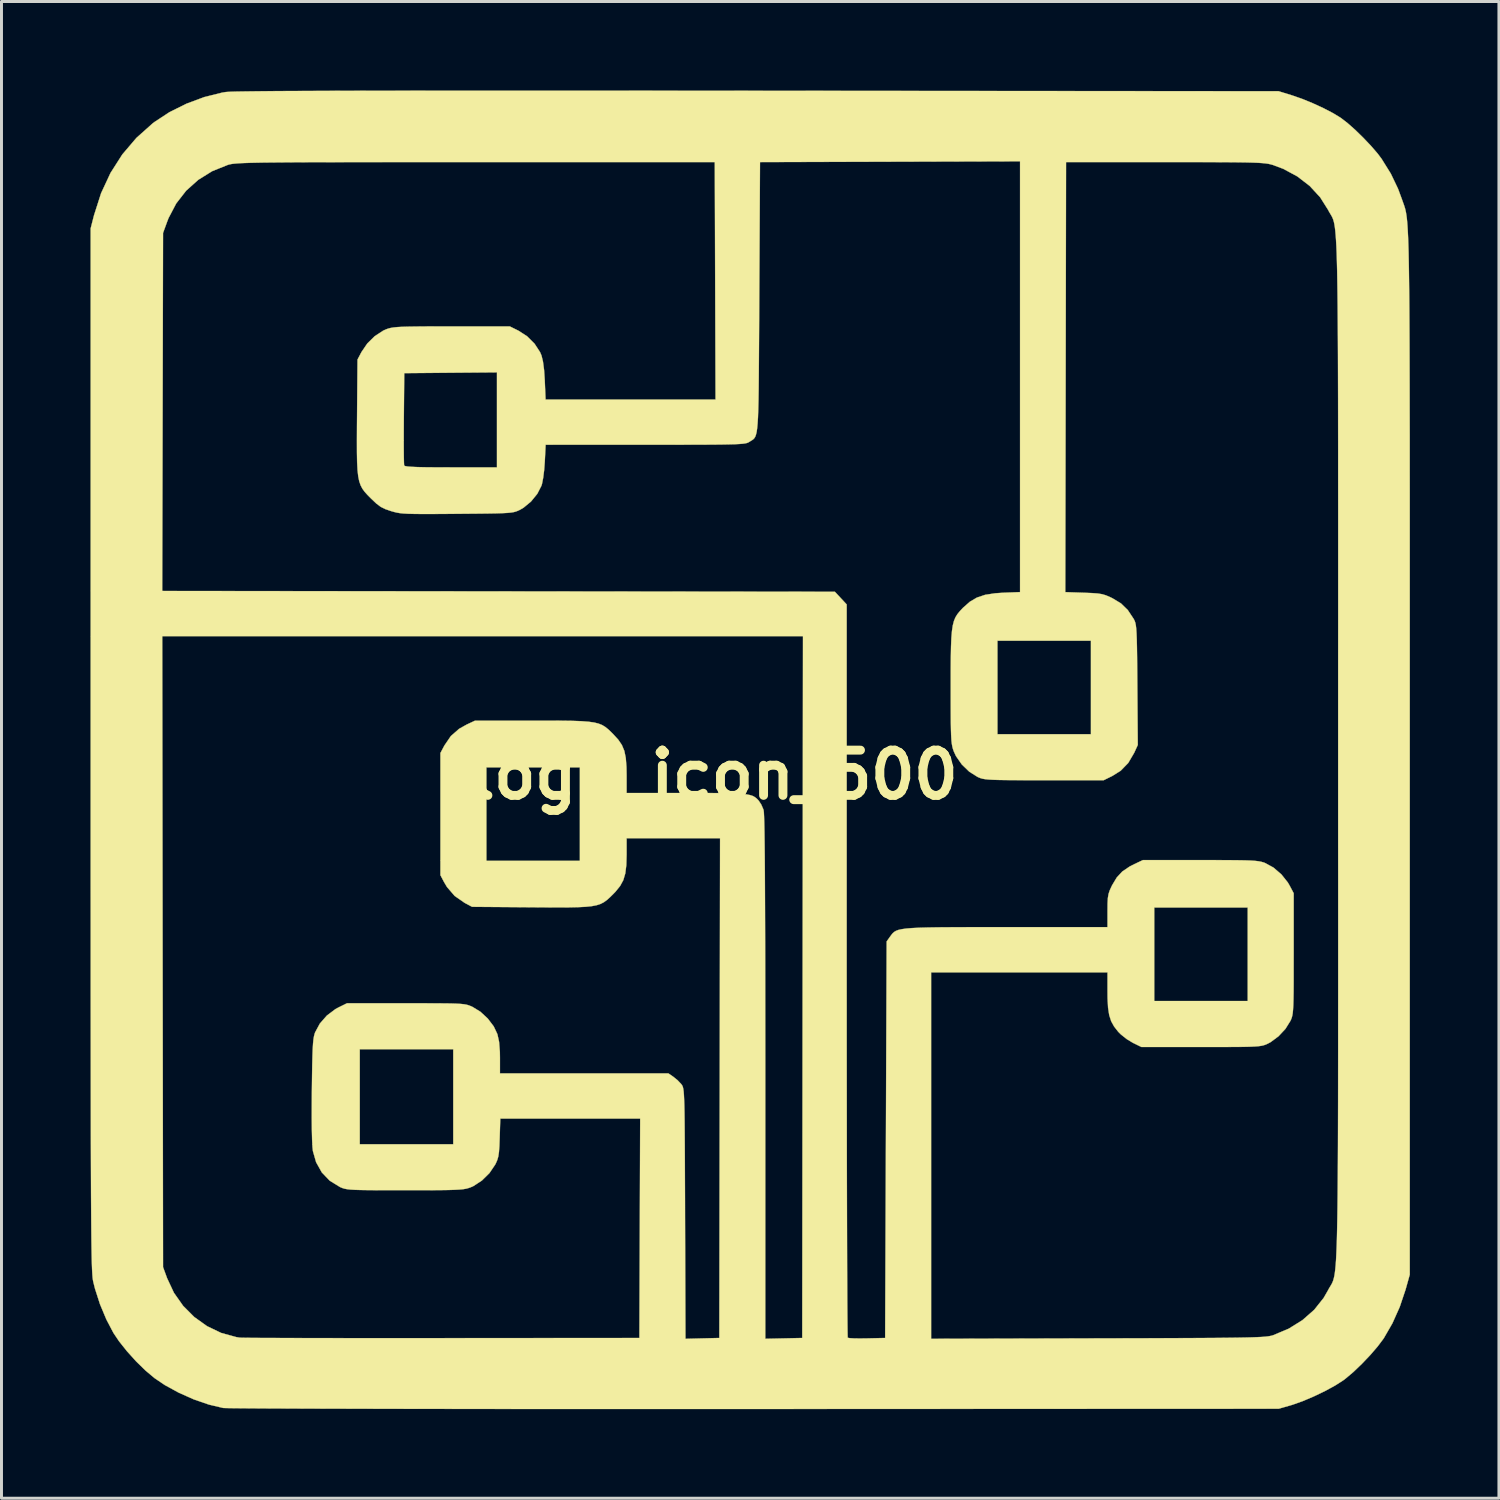
<source format=kicad_pcb>
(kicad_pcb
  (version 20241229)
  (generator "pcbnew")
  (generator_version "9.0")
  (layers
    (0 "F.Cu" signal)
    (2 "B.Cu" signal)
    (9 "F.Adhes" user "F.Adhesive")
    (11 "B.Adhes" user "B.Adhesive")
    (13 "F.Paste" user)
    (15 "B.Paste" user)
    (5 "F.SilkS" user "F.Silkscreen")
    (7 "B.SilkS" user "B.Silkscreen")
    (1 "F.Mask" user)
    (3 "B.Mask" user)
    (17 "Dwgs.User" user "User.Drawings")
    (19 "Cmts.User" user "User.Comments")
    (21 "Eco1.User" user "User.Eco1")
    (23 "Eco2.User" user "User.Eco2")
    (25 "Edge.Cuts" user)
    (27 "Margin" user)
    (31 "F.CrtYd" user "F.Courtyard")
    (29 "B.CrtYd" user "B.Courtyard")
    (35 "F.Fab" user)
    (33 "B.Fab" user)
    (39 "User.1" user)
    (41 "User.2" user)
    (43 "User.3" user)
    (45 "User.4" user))
  (footprint "logo_icon_500"
    (layer "F.Cu")
    (at 21.011 23.062)
    (property "Reference" "logo_icon_500" (at 0 0 0) (layer "F.SilkS") (effects (font (size 1.524 1.524) (thickness 0.3))))
    (attr through_hole)
    (fp_poly (pts (xy -5.383 -23.057) (xy -4.022 -23.057) (xy -2.566 -23.056) (xy -1.015 -23.055) (xy 0.634 -23.054) (xy 1.473 -23.053) (xy 19.025 -23.038) (xy 19.482 -22.897) (xy 19.818 -22.78) (xy 20.181 -22.631) (xy 20.539 -22.466) (xy 20.863 -22.297) (xy 21.119 -22.141) (xy 21.121 -22.139) (xy 21.347 -21.965) (xy 21.609 -21.733) (xy 21.881 -21.467) (xy 22.141 -21.193) (xy 22.364 -20.934) (xy 22.494 -20.761) (xy 22.806 -20.26) (xy 23.048 -19.754) (xy 23.18 -19.397) (xy 23.204 -19.329) (xy 23.226 -19.267) (xy 23.247 -19.209) (xy 23.266 -19.152) (xy 23.285 -19.091) (xy 23.301 -19.025) (xy 23.317 -18.949) (xy 23.331 -18.861) (xy 23.345 -18.757) (xy 23.357 -18.634) (xy 23.368 -18.489) (xy 23.378 -18.318) (xy 23.388 -18.118) (xy 23.396 -17.887) (xy 23.404 -17.62) (xy 23.41 -17.315) (xy 23.416 -16.968) (xy 23.421 -16.576) (xy 23.426 -16.136) (xy 23.43 -15.644) (xy 23.433 -15.098) (xy 23.436 -14.494) (xy 23.438 -13.829) (xy 23.44 -13.099) (xy 23.441 -12.302) (xy 23.443 -11.434) (xy 23.443 -10.491) (xy 23.444 -9.472) (xy 23.444 -8.372) (xy 23.444 -7.188) (xy 23.444 -5.917) (xy 23.444 -4.555) (xy 23.444 -3.1) (xy 23.444 -1.549) (xy 23.444 -0.762) (xy 23.444 16.84) (xy 23.302 17.346) (xy 23.107 17.926) (xy 22.859 18.48) (xy 22.574 18.974) (xy 22.553 19.005) (xy 22.36 19.262) (xy 22.112 19.55) (xy 21.833 19.843) (xy 21.551 20.114) (xy 21.289 20.336) (xy 21.202 20.402) (xy 20.928 20.577) (xy 20.589 20.762) (xy 20.216 20.941) (xy 19.843 21.1) (xy 19.503 21.221) (xy 19.431 21.243) (xy 19.025 21.359) (xy 1.372 21.367) (xy 0.036 21.368) (xy -1.275 21.368) (xy -2.557 21.368) (xy -3.808 21.368) (xy -5.021 21.367) (xy -6.196 21.367) (xy -7.326 21.366) (xy -8.41 21.365) (xy -9.443 21.363) (xy -10.421 21.362) (xy -11.34 21.36) (xy -12.198 21.358) (xy -12.99 21.356) (xy -13.712 21.354) (xy -14.361 21.351) (xy -14.933 21.349) (xy -15.424 21.346) (xy -15.831 21.343) (xy -16.15 21.34) (xy -16.377 21.337) (xy -16.509 21.334) (xy -16.541 21.332) (xy -17.02 21.219) (xy -17.531 21.043) (xy -18.039 20.817) (xy -18.512 20.558) (xy -18.857 20.324) (xy -19.16 20.069) (xy -19.477 19.759) (xy -19.782 19.421) (xy -20.05 19.084) (xy -20.238 18.804) (xy -20.478 18.347) (xy -20.692 17.835) (xy -20.86 17.313) (xy -20.918 17.081) (xy -20.926 17.041) (xy -20.934 16.993) (xy -20.941 16.933) (xy -20.947 16.858) (xy -20.953 16.766) (xy -20.959 16.652) (xy -20.964 16.514) (xy -20.969 16.348) (xy -20.973 16.151) (xy -20.977 15.921) (xy -20.981 15.653) (xy -20.984 15.344) (xy -20.987 14.992) (xy -20.99 14.593) (xy -20.993 14.144) (xy -20.995 13.642) (xy -20.997 13.083) (xy -20.999 12.464) (xy -21 11.783) (xy -21.001 11.035) (xy -21.002 10.218) (xy -21.003 9.328) (xy -21.004 8.363) (xy -21.005 7.318) (xy -21.005 6.192) (xy -21.005 4.98) (xy -21.006 3.679) (xy -21.006 2.287) (xy -21.006 0.8) (xy -21.006 -0.786) (xy -21.006 -4.674) (xy -18.594 -4.674) (xy -18.581 5.956) (xy -18.567 16.586) (xy -18.43 16.961) (xy -18.2 17.452) (xy -17.891 17.891) (xy -17.515 18.268) (xy -17.084 18.576) (xy -16.607 18.805) (xy -16.097 18.945) (xy -15.977 18.964) (xy -15.908 18.966) (xy -15.744 18.969) (xy -15.49 18.971) (xy -15.153 18.973) (xy -14.739 18.974) (xy -14.255 18.976) (xy -13.705 18.977) (xy -13.096 18.978) (xy -12.435 18.979) (xy -11.728 18.979) (xy -10.98 18.98) (xy -10.198 18.98) (xy -9.388 18.979) (xy -9.169 18.979) (xy -2.515 18.974) (xy -2.502 15.278) (xy -2.489 11.582) (xy -7.203 11.582) (xy -7.223 12.23) (xy -7.233 12.509) (xy -7.248 12.71) (xy -7.27 12.858) (xy -7.304 12.977) (xy -7.354 13.092) (xy -7.376 13.134) (xy -7.568 13.418) (xy -7.821 13.667) (xy -8.103 13.852) (xy -8.207 13.899) (xy -8.278 13.923) (xy -8.356 13.944) (xy -8.452 13.96) (xy -8.576 13.972) (xy -8.74 13.981) (xy -8.953 13.988) (xy -9.228 13.992) (xy -9.574 13.994) (xy -10.002 13.995) (xy -10.414 13.995) (xy -10.912 13.995) (xy -11.32 13.994) (xy -11.647 13.992) (xy -11.904 13.988) (xy -12.103 13.982) (xy -12.253 13.973) (xy -12.365 13.96) (xy -12.45 13.944) (xy -12.519 13.923) (xy -12.581 13.897) (xy -12.605 13.887) (xy -12.948 13.676) (xy -13.216 13.397) (xy -13.409 13.052) (xy -13.517 12.675) (xy -13.532 12.532) (xy -13.544 12.295) (xy -13.552 11.971) (xy -13.556 11.568) (xy -13.555 11.094) (xy -13.552 10.65) (xy -13.546 10.172) (xy -13.54 9.785) (xy -13.532 9.476) (xy -13.524 9.246) (xy -11.938 9.246) (xy -11.938 12.446) (xy -8.788 12.446) (xy -8.788 9.246) (xy -11.938 9.246) (xy -13.524 9.246) (xy -13.523 9.235) (xy -13.512 9.05) (xy -13.498 8.91) (xy -13.48 8.804) (xy -13.458 8.72) (xy -13.443 8.677) (xy -13.283 8.38) (xy -13.047 8.11) (xy -12.761 7.894) (xy -12.66 7.839) (xy -12.37 7.696) (xy -10.389 7.696) (xy -9.888 7.696) (xy -9.478 7.697) (xy -9.149 7.699) (xy -8.889 7.702) (xy -8.689 7.708) (xy -8.536 7.717) (xy -8.421 7.729) (xy -8.333 7.745) (xy -8.262 7.766) (xy -8.196 7.792) (xy -8.14 7.817) (xy -7.872 7.981) (xy -7.624 8.211) (xy -7.423 8.476) (xy -7.3 8.737) (xy -7.244 8.993) (xy -7.217 9.334) (xy -7.214 9.531) (xy -7.214 10.058) (xy -1.539 10.058) (xy -1.371 10.173) (xy -1.228 10.289) (xy -1.106 10.419) (xy -1.097 10.43) (xy -1.078 10.457) (xy -1.061 10.488) (xy -1.047 10.53) (xy -1.035 10.588) (xy -1.024 10.671) (xy -1.015 10.784) (xy -1.008 10.935) (xy -1.001 11.129) (xy -0.996 11.373) (xy -0.992 11.675) (xy -0.989 12.041) (xy -0.986 12.477) (xy -0.983 12.991) (xy -0.981 13.588) (xy -0.978 14.276) (xy -0.977 14.788) (xy -0.963 19.003) (xy -0.393 18.988) (xy 0.178 18.974) (xy 0.191 10.554) (xy 0.203 2.134) (xy -2.946 2.134) (xy -2.946 2.683) (xy -2.956 3.039) (xy -2.99 3.318) (xy -3.057 3.545) (xy -3.164 3.742) (xy -3.32 3.935) (xy -3.4 4.018) (xy -3.51 4.126) (xy -3.609 4.215) (xy -3.709 4.288) (xy -3.82 4.346) (xy -3.952 4.39) (xy -4.115 4.422) (xy -4.321 4.444) (xy -4.579 4.457) (xy -4.9 4.464) (xy -5.294 4.465) (xy -5.772 4.463) (xy -6.179 4.46) (xy -8.153 4.445) (xy -8.407 4.31) (xy -8.739 4.079) (xy -9 3.776) (xy -9.1 3.607) (xy -9.22 3.378) (xy -9.22 -0.254) (xy -7.671 -0.254) (xy -7.671 2.896) (xy -4.521 2.896) (xy -4.521 -0.254) (xy -7.671 -0.254) (xy -9.22 -0.254) (xy -9.22 -0.737) (xy -9.085 -0.991) (xy -8.869 -1.308) (xy -8.591 -1.552) (xy -8.331 -1.698) (xy -8.052 -1.828) (xy -6.118 -1.828) (xy -5.579 -1.828) (xy -5.132 -1.826) (xy -4.765 -1.821) (xy -4.469 -1.81) (xy -4.231 -1.792) (xy -4.043 -1.766) (xy -3.893 -1.729) (xy -3.77 -1.68) (xy -3.665 -1.616) (xy -3.567 -1.537) (xy -3.465 -1.44) (xy -3.4 -1.375) (xy -3.228 -1.188) (xy -3.105 -1.006) (xy -3.022 -0.807) (xy -2.974 -0.57) (xy -2.951 -0.271) (xy -2.946 0.009) (xy -2.946 0.61) (xy -0.938 0.61) (xy -0.406 0.61) (xy 0.034 0.612) (xy 0.393 0.616) (xy 0.68 0.623) (xy 0.904 0.636) (xy 1.076 0.653) (xy 1.206 0.678) (xy 1.304 0.71) (xy 1.379 0.751) (xy 1.441 0.801) (xy 1.5 0.863) (xy 1.506 0.87) (xy 1.592 1) (xy 1.663 1.165) (xy 1.671 1.194) (xy 1.679 1.26) (xy 1.686 1.401) (xy 1.693 1.619) (xy 1.699 1.916) (xy 1.704 2.293) (xy 1.709 2.753) (xy 1.713 3.297) (xy 1.716 3.929) (xy 1.719 4.649) (xy 1.722 5.46) (xy 1.724 6.363) (xy 1.725 7.361) (xy 1.726 8.456) (xy 1.727 9.65) (xy 1.727 10.2) (xy 1.727 19.002) (xy 2.349 18.988) (xy 2.972 18.974) (xy 2.997 -4.674) (xy -18.594 -4.674) (xy -21.006 -4.674) (xy -21.006 -6.198) (xy -18.595 -6.198) (xy 4.071 -6.172) (xy 4.271 -5.958) (xy 4.47 -5.744) (xy 4.47 6.594) (xy 4.471 7.706) (xy 4.471 8.792) (xy 4.472 9.847) (xy 4.473 10.867) (xy 4.474 11.847) (xy 4.475 12.782) (xy 4.477 13.669) (xy 4.479 14.503) (xy 4.481 15.28) (xy 4.483 15.995) (xy 4.485 16.643) (xy 4.488 17.222) (xy 4.49 17.725) (xy 4.493 18.149) (xy 4.496 18.49) (xy 4.499 18.742) (xy 4.502 18.903) (xy 4.505 18.966) (xy 4.506 18.967) (xy 4.568 18.979) (xy 4.71 18.988) (xy 4.911 18.991) (xy 5.151 18.988) (xy 5.153 18.988) (xy 5.766 18.974) (xy 5.817 5.613) (xy 5.93 5.454) (xy 5.974 5.393) (xy 6.017 5.34) (xy 6.067 5.294) (xy 6.13 5.256) (xy 6.214 5.224) (xy 6.327 5.199) (xy 6.475 5.178) (xy 6.666 5.162) (xy 6.907 5.15) (xy 7.206 5.142) (xy 7.569 5.136) (xy 8.005 5.133) (xy 8.519 5.131) (xy 9.121 5.131) (xy 9.816 5.131) (xy 9.856 5.131) (xy 13.259 5.131) (xy 13.259 4.58) (xy 13.26 4.47) (xy 14.834 4.47) (xy 14.834 7.62) (xy 17.983 7.62) (xy 17.983 4.47) (xy 14.834 4.47) (xy 13.26 4.47) (xy 13.261 4.329) (xy 13.271 4.149) (xy 13.294 4.012) (xy 13.335 3.888) (xy 13.4 3.747) (xy 13.414 3.719) (xy 13.571 3.457) (xy 13.758 3.255) (xy 14.004 3.088) (xy 14.173 3.002) (xy 14.453 2.87) (xy 16.383 2.87) (xy 16.882 2.871) (xy 17.29 2.872) (xy 17.618 2.875) (xy 17.877 2.879) (xy 18.077 2.886) (xy 18.23 2.896) (xy 18.347 2.91) (xy 18.437 2.927) (xy 18.513 2.948) (xy 18.564 2.967) (xy 18.85 3.122) (xy 19.117 3.351) (xy 19.336 3.626) (xy 19.397 3.732) (xy 19.533 3.988) (xy 19.533 6.02) (xy 19.532 6.528) (xy 19.532 6.946) (xy 19.53 7.283) (xy 19.526 7.549) (xy 19.52 7.755) (xy 19.511 7.912) (xy 19.5 8.029) (xy 19.484 8.118) (xy 19.465 8.188) (xy 19.441 8.25) (xy 19.423 8.288) (xy 19.255 8.558) (xy 19.02 8.809) (xy 18.754 9.006) (xy 18.651 9.06) (xy 18.589 9.088) (xy 18.524 9.11) (xy 18.448 9.128) (xy 18.348 9.142) (xy 18.216 9.152) (xy 18.04 9.16) (xy 17.809 9.165) (xy 17.514 9.167) (xy 17.144 9.169) (xy 16.689 9.169) (xy 16.408 9.169) (xy 14.402 9.169) (xy 14.112 9.027) (xy 13.906 8.902) (xy 13.708 8.744) (xy 13.62 8.656) (xy 13.482 8.48) (xy 13.383 8.301) (xy 13.317 8.097) (xy 13.278 7.847) (xy 13.261 7.529) (xy 13.259 7.306) (xy 13.259 6.655) (xy 7.315 6.655) (xy 7.315 19.002) (xy 12.941 18.987) (xy 13.821 18.985) (xy 14.604 18.983) (xy 15.298 18.98) (xy 15.908 18.978) (xy 16.439 18.975) (xy 16.898 18.972) (xy 17.291 18.968) (xy 17.623 18.964) (xy 17.9 18.959) (xy 18.128 18.953) (xy 18.312 18.946) (xy 18.46 18.939) (xy 18.576 18.93) (xy 18.666 18.92) (xy 18.737 18.908) (xy 18.793 18.896) (xy 18.842 18.881) (xy 18.847 18.879) (xy 19.365 18.661) (xy 19.828 18.373) (xy 20.224 18.025) (xy 20.542 17.625) (xy 20.688 17.371) (xy 20.719 17.313) (xy 20.748 17.263) (xy 20.776 17.218) (xy 20.801 17.175) (xy 20.825 17.131) (xy 20.847 17.082) (xy 20.867 17.026) (xy 20.886 16.958) (xy 20.904 16.877) (xy 20.92 16.778) (xy 20.934 16.659) (xy 20.948 16.515) (xy 20.96 16.345) (xy 20.97 16.144) (xy 20.98 15.91) (xy 20.989 15.638) (xy 20.996 15.327) (xy 21.003 14.973) (xy 21.009 14.571) (xy 21.014 14.121) (xy 21.018 13.617) (xy 21.022 13.057) (xy 21.025 12.437) (xy 21.027 11.755) (xy 21.029 11.006) (xy 21.03 10.189) (xy 21.031 9.299) (xy 21.031 8.333) (xy 21.032 7.289) (xy 21.032 6.162) (xy 21.032 4.95) (xy 21.032 3.65) (xy 21.031 2.257) (xy 21.031 0.77) (xy 21.031 -0.816) (xy 21.031 -0.838) (xy 21.031 -2.425) (xy 21.031 -3.914) (xy 21.032 -5.308) (xy 21.032 -6.609) (xy 21.032 -7.823) (xy 21.032 -8.95) (xy 21.031 -9.996) (xy 21.031 -10.962) (xy 21.03 -11.853) (xy 21.029 -12.672) (xy 21.027 -13.421) (xy 21.025 -14.104) (xy 21.022 -14.724) (xy 21.018 -15.285) (xy 21.014 -15.789) (xy 21.009 -16.241) (xy 21.003 -16.643) (xy 20.997 -16.998) (xy 20.989 -17.309) (xy 20.981 -17.581) (xy 20.971 -17.816) (xy 20.96 -18.017) (xy 20.948 -18.187) (xy 20.935 -18.331) (xy 20.921 -18.45) (xy 20.905 -18.549) (xy 20.888 -18.631) (xy 20.869 -18.698) (xy 20.849 -18.754) (xy 20.827 -18.803) (xy 20.803 -18.846) (xy 20.778 -18.889) (xy 20.751 -18.934) (xy 20.722 -18.983) (xy 20.692 -19.041) (xy 20.424 -19.465) (xy 20.074 -19.845) (xy 19.656 -20.167) (xy 19.182 -20.423) (xy 18.821 -20.557) (xy 18.755 -20.575) (xy 18.681 -20.592) (xy 18.592 -20.605) (xy 18.48 -20.616) (xy 18.337 -20.626) (xy 18.155 -20.633) (xy 17.926 -20.639) (xy 17.642 -20.643) (xy 17.296 -20.646) (xy 16.879 -20.648) (xy 16.384 -20.65) (xy 15.802 -20.65) (xy 15.189 -20.65) (xy 11.862 -20.65) (xy 11.849 -13.405) (xy 11.836 -6.159) (xy 12.464 -6.138) (xy 12.735 -6.127) (xy 12.931 -6.113) (xy 13.08 -6.089) (xy 13.208 -6.05) (xy 13.344 -5.992) (xy 13.426 -5.952) (xy 13.714 -5.778) (xy 13.942 -5.556) (xy 14.137 -5.262) (xy 14.154 -5.232) (xy 14.178 -5.181) (xy 14.198 -5.12) (xy 14.214 -5.039) (xy 14.227 -4.926) (xy 14.237 -4.774) (xy 14.245 -4.57) (xy 14.251 -4.306) (xy 14.256 -3.97) (xy 14.26 -3.554) (xy 14.264 -3.046) (xy 14.264 -3.032) (xy 14.279 -1.009) (xy 14.158 -0.744) (xy 13.957 -0.402) (xy 13.702 -0.14) (xy 13.42 0.036) (xy 13.132 0.178) (xy 11.125 0.178) (xy 10.62 0.178) (xy 10.206 0.177) (xy 9.873 0.175) (xy 9.61 0.171) (xy 9.406 0.165) (xy 9.252 0.156) (xy 9.136 0.144) (xy 9.049 0.129) (xy 8.979 0.109) (xy 8.916 0.084) (xy 8.879 0.067) (xy 8.601 -0.108) (xy 8.349 -0.352) (xy 8.153 -0.633) (xy 8.08 -0.791) (xy 8.053 -0.868) (xy 8.031 -0.948) (xy 8.014 -1.041) (xy 8 -1.159) (xy 7.991 -1.312) (xy 7.984 -1.512) (xy 7.979 -1.77) (xy 7.977 -2.097) (xy 7.976 -2.504) (xy 7.976 -2.972) (xy 7.976 -3.509) (xy 7.979 -3.954) (xy 7.986 -4.32) (xy 7.994 -4.521) (xy 9.55 -4.521) (xy 9.55 -1.372) (xy 12.7 -1.372) (xy 12.7 -4.521) (xy 9.55 -4.521) (xy 7.994 -4.521) (xy 7.998 -4.615) (xy 8.018 -4.852) (xy 8.046 -5.039) (xy 8.085 -5.189) (xy 8.136 -5.312) (xy 8.202 -5.418) (xy 8.283 -5.517) (xy 8.381 -5.622) (xy 8.395 -5.636) (xy 8.619 -5.834) (xy 8.858 -5.975) (xy 9.136 -6.068) (xy 9.474 -6.12) (xy 9.741 -6.138) (xy 10.312 -6.16) (xy 10.312 -20.676) (xy 5.931 -20.663) (xy 1.549 -20.65) (xy 1.524 -16.104) (xy 1.52 -15.308) (xy 1.516 -14.608) (xy 1.512 -13.997) (xy 1.508 -13.469) (xy 1.504 -13.017) (xy 1.498 -12.635) (xy 1.49 -12.317) (xy 1.481 -12.056) (xy 1.468 -11.846) (xy 1.453 -11.681) (xy 1.435 -11.554) (xy 1.412 -11.46) (xy 1.386 -11.391) (xy 1.354 -11.341) (xy 1.318 -11.305) (xy 1.275 -11.276) (xy 1.227 -11.247) (xy 1.184 -11.22) (xy 1.151 -11.201) (xy 1.11 -11.185) (xy 1.051 -11.172) (xy 0.969 -11.16) (xy 0.854 -11.151) (xy 0.701 -11.143) (xy 0.501 -11.138) (xy 0.246 -11.133) (xy -0.07 -11.13) (xy -0.456 -11.128) (xy -0.918 -11.127) (xy -1.464 -11.126) (xy -2.103 -11.126) (xy -2.317 -11.126) (xy -5.675 -11.125) (xy -5.703 -10.554) (xy -5.725 -10.267) (xy -5.758 -10.008) (xy -5.797 -9.806) (xy -5.816 -9.744) (xy -5.957 -9.47) (xy -6.168 -9.212) (xy -6.419 -9.004) (xy -6.539 -8.934) (xy -6.604 -8.903) (xy -6.668 -8.878) (xy -6.742 -8.857) (xy -6.836 -8.841) (xy -6.962 -8.829) (xy -7.131 -8.82) (xy -7.353 -8.813) (xy -7.639 -8.808) (xy -8.001 -8.804) (xy -8.449 -8.8) (xy -8.655 -8.798) (xy -9.144 -8.794) (xy -9.542 -8.792) (xy -9.862 -8.792) (xy -10.116 -8.795) (xy -10.314 -8.8) (xy -10.469 -8.809) (xy -10.592 -8.822) (xy -10.695 -8.84) (xy -10.789 -8.863) (xy -10.886 -8.891) (xy -10.887 -8.891) (xy -11.081 -8.958) (xy -11.233 -9.034) (xy -11.377 -9.142) (xy -11.549 -9.304) (xy -11.562 -9.317) (xy -11.677 -9.433) (xy -11.772 -9.539) (xy -11.849 -9.644) (xy -11.909 -9.759) (xy -11.956 -9.895) (xy -11.99 -10.063) (xy -12.013 -10.273) (xy -12.027 -10.535) (xy -12.033 -10.861) (xy -12.034 -11.26) (xy -12.034 -11.275) (xy -10.456 -11.275) (xy -10.455 -10.966) (xy -10.453 -10.715) (xy -10.449 -10.535) (xy -10.444 -10.438) (xy -10.442 -10.427) (xy -10.412 -10.408) (xy -10.333 -10.393) (xy -10.197 -10.382) (xy -9.994 -10.373) (xy -9.716 -10.367) (xy -9.354 -10.364) (xy -8.9 -10.363) (xy -8.866 -10.363) (xy -7.315 -10.363) (xy -7.315 -13.565) (xy -8.877 -13.552) (xy -10.439 -13.538) (xy -10.453 -12.015) (xy -10.455 -11.629) (xy -10.456 -11.275) (xy -12.034 -11.275) (xy -12.032 -11.744) (xy -12.029 -12.099) (xy -12.014 -13.995) (xy -11.879 -14.251) (xy -11.685 -14.536) (xy -11.432 -14.785) (xy -11.149 -14.97) (xy -11.046 -15.016) (xy -10.975 -15.041) (xy -10.897 -15.061) (xy -10.802 -15.077) (xy -10.677 -15.09) (xy -10.514 -15.099) (xy -10.3 -15.105) (xy -10.026 -15.109) (xy -9.68 -15.112) (xy -9.251 -15.113) (xy -8.839 -15.113) (xy -6.883 -15.113) (xy -6.593 -14.97) (xy -6.3 -14.781) (xy -6.048 -14.53) (xy -5.863 -14.246) (xy -5.814 -14.132) (xy -5.765 -13.932) (xy -5.727 -13.644) (xy -5.703 -13.281) (xy -5.703 -13.272) (xy -5.677 -12.649) (xy -2.813 -12.649) (xy 0.051 -12.649) (xy 0.038 -16.65) (xy 0.025 -20.65) (xy -8.026 -20.65) (xy -9.087 -20.65) (xy -10.05 -20.65) (xy -10.921 -20.65) (xy -11.706 -20.649) (xy -12.408 -20.648) (xy -13.033 -20.647) (xy -13.585 -20.646) (xy -14.069 -20.644) (xy -14.49 -20.641) (xy -14.853 -20.638) (xy -15.163 -20.635) (xy -15.425 -20.63) (xy -15.643 -20.625) (xy -15.822 -20.619) (xy -15.967 -20.613) (xy -16.082 -20.605) (xy -16.174 -20.597) (xy -16.246 -20.588) (xy -16.304 -20.577) (xy -16.351 -20.566) (xy -16.383 -20.557) (xy -16.91 -20.345) (xy -17.381 -20.052) (xy -17.788 -19.687) (xy -18.124 -19.255) (xy -18.381 -18.765) (xy -18.43 -18.638) (xy -18.567 -18.263) (xy -18.581 -12.23) (xy -18.595 -6.198) (xy -21.006 -6.198) (xy -21.006 -18.415) (xy -20.893 -18.857) (xy -20.655 -19.601) (xy -20.336 -20.286) (xy -19.939 -20.908) (xy -19.464 -21.466) (xy -18.913 -21.958) (xy -18.857 -22) (xy -18.35 -22.333) (xy -17.779 -22.617) (xy -17.177 -22.841) (xy -16.574 -22.991) (xy -16.459 -23.01) (xy -16.396 -23.015) (xy -16.279 -23.021) (xy -16.108 -23.026) (xy -15.879 -23.03) (xy -15.591 -23.034) (xy -15.24 -23.038) (xy -14.826 -23.042) (xy -14.345 -23.045) (xy -13.795 -23.047) (xy -13.175 -23.05) (xy -12.481 -23.052) (xy -11.712 -23.054) (xy -10.865 -23.055) (xy -9.937 -23.056) (xy -8.928 -23.057) (xy -7.834 -23.057) (xy -6.653 -23.057) (xy -5.383 -23.057)) (stroke (width 0.01) (type solid)) (fill yes) (layer "F.SilkS")))
  (gr_rect
    (start -3 -3)
    (end 47.46 47.436)
    (stroke (width 0.1) (type default))
    (fill no)
    (layer "Edge.Cuts")))
</source>
